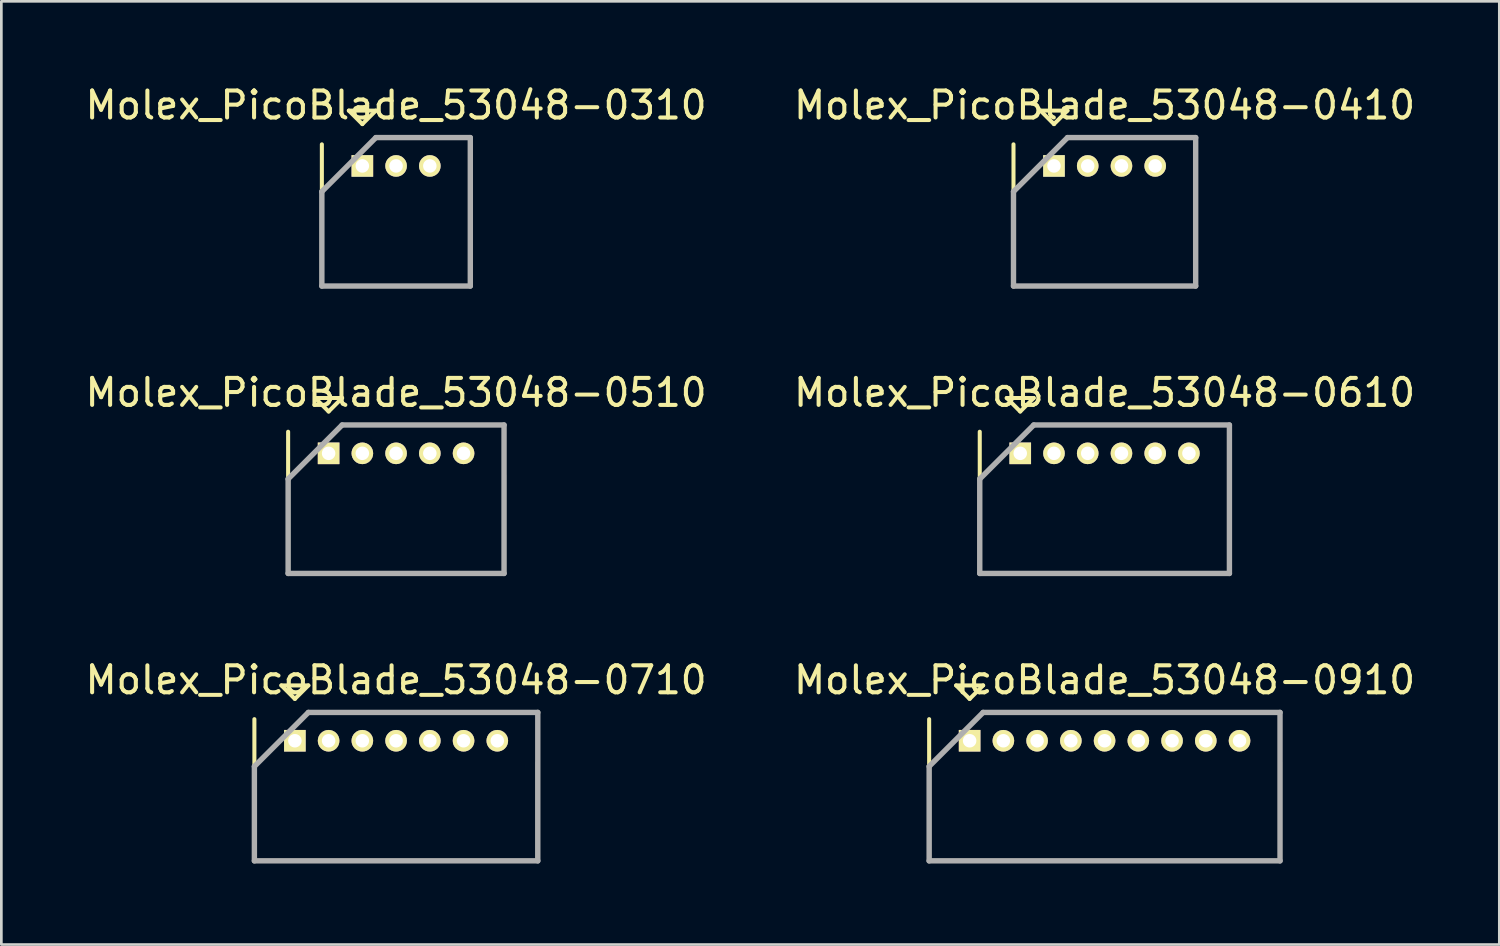
<source format=kicad_pcb>
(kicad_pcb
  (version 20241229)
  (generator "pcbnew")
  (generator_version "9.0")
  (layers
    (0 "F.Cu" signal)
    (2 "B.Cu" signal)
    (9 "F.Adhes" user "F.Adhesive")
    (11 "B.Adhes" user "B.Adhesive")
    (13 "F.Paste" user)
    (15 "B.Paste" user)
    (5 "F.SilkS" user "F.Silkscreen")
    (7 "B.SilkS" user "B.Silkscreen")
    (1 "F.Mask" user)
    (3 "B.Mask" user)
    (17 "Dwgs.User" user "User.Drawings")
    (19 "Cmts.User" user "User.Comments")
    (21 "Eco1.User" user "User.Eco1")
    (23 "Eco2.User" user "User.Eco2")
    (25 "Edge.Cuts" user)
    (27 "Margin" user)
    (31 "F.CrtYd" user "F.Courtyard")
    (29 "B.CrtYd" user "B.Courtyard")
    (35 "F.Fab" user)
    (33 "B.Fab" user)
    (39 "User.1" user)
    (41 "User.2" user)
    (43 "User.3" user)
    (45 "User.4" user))
  (footprint "Molex_PicoBlade_53048-0910"
    (layer "F.Cu")
    (at 32.875 24.395)
    (property "Reference" "Molex_PicoBlade_53048-0910" (at 5 -2.25 0) (layer "F.SilkS") (effects (font (size 1 1) (thickness 0.15))))
    (attr through_hole)
    (fp_line (start -1.5 -0.8) (end -1.5 4.45) (stroke (width 0.15) (type solid)) (layer "F.SilkS"))
    (fp_line (start -1.5 4.45) (end 11.5 4.45) (stroke (width 0.15) (type solid)) (layer "F.SilkS"))
    (fp_line (start -0.5 -2.05) (end 0.5 -2.05) (stroke (width 0.15) (type solid)) (layer "F.SilkS"))
    (fp_line (start 0 -1.55) (end -0.5 -2.05) (stroke (width 0.15) (type solid)) (layer "F.SilkS"))
    (fp_line (start 0.5 -2.05) (end 0 -1.55) (stroke (width 0.15) (type solid)) (layer "F.SilkS"))
    (fp_line (start 11.5 4.45) (end 11.5 0.8) (stroke (width 0.15) (type solid)) (layer "F.SilkS"))
    (fp_line (start -1.5 0.95) (end -1.5 4.45) (stroke (width 0.2) (type solid)) (layer "F.Fab"))
    (fp_line (start -1.5 4.45) (end 11.5 4.45) (stroke (width 0.2) (type solid)) (layer "F.Fab"))
    (fp_line (start 0.5 -1.05) (end -1.5 0.95) (stroke (width 0.2) (type solid)) (layer "F.Fab"))
    (fp_line (start 11.5 -1.05) (end 0.5 -1.05) (stroke (width 0.2) (type solid)) (layer "F.Fab"))
    (fp_line (start 11.5 4.45) (end 11.5 -1.05) (stroke (width 0.2) (type solid)) (layer "F.Fab"))
    (pad "1" thru_hole rect (at 0 0) (size 0.8 0.8) (drill 0.5) (layers "*.Cu" "*.Mask" "F.SilkS"))
    (pad "2" thru_hole oval (at 1.25 0) (size 0.8 0.8) (drill 0.5) (layers "*.Cu" "*.Mask" "F.SilkS"))
    (pad "3" thru_hole oval (at 2.5 0) (size 0.8 0.8) (drill 0.5) (layers "*.Cu" "*.Mask" "F.SilkS"))
    (pad "4" thru_hole oval (at 3.75 0) (size 0.8 0.8) (drill 0.5) (layers "*.Cu" "*.Mask" "F.SilkS"))
    (pad "5" thru_hole oval (at 5 0) (size 0.8 0.8) (drill 0.5) (layers "*.Cu" "*.Mask" "F.SilkS"))
    (pad "6" thru_hole oval (at 6.25 0) (size 0.8 0.8) (drill 0.5) (layers "*.Cu" "*.Mask" "F.SilkS"))
    (pad "7" thru_hole oval (at 7.5 0) (size 0.8 0.8) (drill 0.5) (layers "*.Cu" "*.Mask" "F.SilkS"))
    (pad "8" thru_hole oval (at 8.75 0) (size 0.8 0.8) (drill 0.5) (layers "*.Cu" "*.Mask" "F.SilkS"))
    (pad "9" thru_hole oval (at 10 0) (size 0.8 0.8) (drill 0.5) (layers "*.Cu" "*.Mask" "F.SilkS")))
  (footprint "Molex_PicoBlade_53048-0510"
    (layer "F.Cu")
    (at 9.125 13.746)
    (property "Reference" "Molex_PicoBlade_53048-0510" (at 2.5 -2.25 0) (layer "F.SilkS") (effects (font (size 1 1) (thickness 0.15))))
    (attr through_hole)
    (fp_line (start -1.5 -0.8) (end -1.5 4.45) (stroke (width 0.15) (type solid)) (layer "F.SilkS"))
    (fp_line (start -1.5 4.45) (end 6.5 4.45) (stroke (width 0.15) (type solid)) (layer "F.SilkS"))
    (fp_line (start -0.5 -2.05) (end 0.5 -2.05) (stroke (width 0.15) (type solid)) (layer "F.SilkS"))
    (fp_line (start 0 -1.55) (end -0.5 -2.05) (stroke (width 0.15) (type solid)) (layer "F.SilkS"))
    (fp_line (start 0.5 -2.05) (end 0 -1.55) (stroke (width 0.15) (type solid)) (layer "F.SilkS"))
    (fp_line (start 6.5 4.45) (end 6.5 0.8) (stroke (width 0.15) (type solid)) (layer "F.SilkS"))
    (fp_line (start -1.5 0.95) (end -1.5 4.45) (stroke (width 0.2) (type solid)) (layer "F.Fab"))
    (fp_line (start -1.5 4.45) (end 6.5 4.45) (stroke (width 0.2) (type solid)) (layer "F.Fab"))
    (fp_line (start 0.5 -1.05) (end -1.5 0.95) (stroke (width 0.2) (type solid)) (layer "F.Fab"))
    (fp_line (start 6.5 -1.05) (end 0.5 -1.05) (stroke (width 0.2) (type solid)) (layer "F.Fab"))
    (fp_line (start 6.5 4.45) (end 6.5 -1.05) (stroke (width 0.2) (type solid)) (layer "F.Fab"))
    (pad "1" thru_hole rect (at 0 0) (size 0.8 0.8) (drill 0.5) (layers "*.Cu" "*.Mask" "F.SilkS"))
    (pad "2" thru_hole oval (at 1.25 0) (size 0.8 0.8) (drill 0.5) (layers "*.Cu" "*.Mask" "F.SilkS"))
    (pad "3" thru_hole oval (at 2.5 0) (size 0.8 0.8) (drill 0.5) (layers "*.Cu" "*.Mask" "F.SilkS"))
    (pad "4" thru_hole oval (at 3.75 0) (size 0.8 0.8) (drill 0.5) (layers "*.Cu" "*.Mask" "F.SilkS"))
    (pad "5" thru_hole oval (at 5 0) (size 0.8 0.8) (drill 0.5) (layers "*.Cu" "*.Mask" "F.SilkS")))
  (footprint "Molex_PicoBlade_53048-0310"
    (layer "F.Cu")
    (at 10.375 3.098)
    (property "Reference" "Molex_PicoBlade_53048-0310" (at 1.25 -2.25 0) (layer "F.SilkS") (effects (font (size 1 1) (thickness 0.15))))
    (attr through_hole)
    (fp_line (start -1.5 -0.8) (end -1.5 4.45) (stroke (width 0.15) (type solid)) (layer "F.SilkS"))
    (fp_line (start -1.5 4.45) (end 4 4.45) (stroke (width 0.15) (type solid)) (layer "F.SilkS"))
    (fp_line (start -0.5 -2.05) (end 0.5 -2.05) (stroke (width 0.15) (type solid)) (layer "F.SilkS"))
    (fp_line (start 0 -1.55) (end -0.5 -2.05) (stroke (width 0.15) (type solid)) (layer "F.SilkS"))
    (fp_line (start 0.5 -2.05) (end 0 -1.55) (stroke (width 0.15) (type solid)) (layer "F.SilkS"))
    (fp_line (start 4 4.45) (end 4 0.8) (stroke (width 0.15) (type solid)) (layer "F.SilkS"))
    (fp_line (start -1.5 0.95) (end -1.5 4.45) (stroke (width 0.2) (type solid)) (layer "F.Fab"))
    (fp_line (start -1.5 4.45) (end 4 4.45) (stroke (width 0.2) (type solid)) (layer "F.Fab"))
    (fp_line (start 0.5 -1.05) (end -1.5 0.95) (stroke (width 0.2) (type solid)) (layer "F.Fab"))
    (fp_line (start 4 -1.05) (end 0.5 -1.05) (stroke (width 0.2) (type solid)) (layer "F.Fab"))
    (fp_line (start 4 4.45) (end 4 -1.05) (stroke (width 0.2) (type solid)) (layer "F.Fab"))
    (pad "1" thru_hole rect (at 0 0) (size 0.8 0.8) (drill 0.5) (layers "*.Cu" "*.Mask" "F.SilkS"))
    (pad "2" thru_hole oval (at 1.25 0) (size 0.8 0.8) (drill 0.5) (layers "*.Cu" "*.Mask" "F.SilkS"))
    (pad "3" thru_hole oval (at 2.5 0) (size 0.8 0.8) (drill 0.5) (layers "*.Cu" "*.Mask" "F.SilkS")))
  (footprint "Molex_PicoBlade_53048-0610"
    (layer "F.Cu")
    (at 34.75 13.746)
    (property "Reference" "Molex_PicoBlade_53048-0610" (at 3.125 -2.25 0) (layer "F.SilkS") (effects (font (size 1 1) (thickness 0.15))))
    (attr through_hole)
    (fp_line (start -1.5 -0.8) (end -1.5 4.45) (stroke (width 0.15) (type solid)) (layer "F.SilkS"))
    (fp_line (start -1.5 4.45) (end 7.75 4.45) (stroke (width 0.15) (type solid)) (layer "F.SilkS"))
    (fp_line (start -0.5 -2.05) (end 0.5 -2.05) (stroke (width 0.15) (type solid)) (layer "F.SilkS"))
    (fp_line (start 0 -1.55) (end -0.5 -2.05) (stroke (width 0.15) (type solid)) (layer "F.SilkS"))
    (fp_line (start 0.5 -2.05) (end 0 -1.55) (stroke (width 0.15) (type solid)) (layer "F.SilkS"))
    (fp_line (start 7.75 4.45) (end 7.75 0.8) (stroke (width 0.15) (type solid)) (layer "F.SilkS"))
    (fp_line (start -1.5 0.95) (end -1.5 4.45) (stroke (width 0.2) (type solid)) (layer "F.Fab"))
    (fp_line (start -1.5 4.45) (end 7.75 4.45) (stroke (width 0.2) (type solid)) (layer "F.Fab"))
    (fp_line (start 0.5 -1.05) (end -1.5 0.95) (stroke (width 0.2) (type solid)) (layer "F.Fab"))
    (fp_line (start 7.75 -1.05) (end 0.5 -1.05) (stroke (width 0.2) (type solid)) (layer "F.Fab"))
    (fp_line (start 7.75 4.45) (end 7.75 -1.05) (stroke (width 0.2) (type solid)) (layer "F.Fab"))
    (pad "1" thru_hole rect (at 0 0) (size 0.8 0.8) (drill 0.5) (layers "*.Cu" "*.Mask" "F.SilkS"))
    (pad "2" thru_hole oval (at 1.25 0) (size 0.8 0.8) (drill 0.5) (layers "*.Cu" "*.Mask" "F.SilkS"))
    (pad "3" thru_hole oval (at 2.5 0) (size 0.8 0.8) (drill 0.5) (layers "*.Cu" "*.Mask" "F.SilkS"))
    (pad "4" thru_hole oval (at 3.75 0) (size 0.8 0.8) (drill 0.5) (layers "*.Cu" "*.Mask" "F.SilkS"))
    (pad "5" thru_hole oval (at 5 0) (size 0.8 0.8) (drill 0.5) (layers "*.Cu" "*.Mask" "F.SilkS"))
    (pad "6" thru_hole oval (at 6.25 0) (size 0.8 0.8) (drill 0.5) (layers "*.Cu" "*.Mask" "F.SilkS")))
  (footprint "Molex_PicoBlade_53048-0710"
    (layer "F.Cu")
    (at 7.875 24.395)
    (property "Reference" "Molex_PicoBlade_53048-0710" (at 3.75 -2.25 0) (layer "F.SilkS") (effects (font (size 1 1) (thickness 0.15))))
    (attr through_hole)
    (fp_line (start -1.5 -0.8) (end -1.5 4.45) (stroke (width 0.15) (type solid)) (layer "F.SilkS"))
    (fp_line (start -1.5 4.45) (end 9 4.45) (stroke (width 0.15) (type solid)) (layer "F.SilkS"))
    (fp_line (start -0.5 -2.05) (end 0.5 -2.05) (stroke (width 0.15) (type solid)) (layer "F.SilkS"))
    (fp_line (start 0 -1.55) (end -0.5 -2.05) (stroke (width 0.15) (type solid)) (layer "F.SilkS"))
    (fp_line (start 0.5 -2.05) (end 0 -1.55) (stroke (width 0.15) (type solid)) (layer "F.SilkS"))
    (fp_line (start 9 4.45) (end 9 0.8) (stroke (width 0.15) (type solid)) (layer "F.SilkS"))
    (fp_line (start -1.5 0.95) (end -1.5 4.45) (stroke (width 0.2) (type solid)) (layer "F.Fab"))
    (fp_line (start -1.5 4.45) (end 9 4.45) (stroke (width 0.2) (type solid)) (layer "F.Fab"))
    (fp_line (start 0.5 -1.05) (end -1.5 0.95) (stroke (width 0.2) (type solid)) (layer "F.Fab"))
    (fp_line (start 9 -1.05) (end 0.5 -1.05) (stroke (width 0.2) (type solid)) (layer "F.Fab"))
    (fp_line (start 9 4.45) (end 9 -1.05) (stroke (width 0.2) (type solid)) (layer "F.Fab"))
    (pad "1" thru_hole rect (at 0 0) (size 0.8 0.8) (drill 0.5) (layers "*.Cu" "*.Mask" "F.SilkS"))
    (pad "2" thru_hole oval (at 1.25 0) (size 0.8 0.8) (drill 0.5) (layers "*.Cu" "*.Mask" "F.SilkS"))
    (pad "3" thru_hole oval (at 2.5 0) (size 0.8 0.8) (drill 0.5) (layers "*.Cu" "*.Mask" "F.SilkS"))
    (pad "4" thru_hole oval (at 3.75 0) (size 0.8 0.8) (drill 0.5) (layers "*.Cu" "*.Mask" "F.SilkS"))
    (pad "5" thru_hole oval (at 5 0) (size 0.8 0.8) (drill 0.5) (layers "*.Cu" "*.Mask" "F.SilkS"))
    (pad "6" thru_hole oval (at 6.25 0) (size 0.8 0.8) (drill 0.5) (layers "*.Cu" "*.Mask" "F.SilkS"))
    (pad "7" thru_hole oval (at 7.5 0) (size 0.8 0.8) (drill 0.5) (layers "*.Cu" "*.Mask" "F.SilkS")))
  (footprint "Molex_PicoBlade_53048-0410"
    (layer "F.Cu")
    (at 36 3.098)
    (property "Reference" "Molex_PicoBlade_53048-0410" (at 1.875 -2.25 0) (layer "F.SilkS") (effects (font (size 1 1) (thickness 0.15))))
    (attr through_hole)
    (fp_line (start -1.5 -0.8) (end -1.5 4.45) (stroke (width 0.15) (type solid)) (layer "F.SilkS"))
    (fp_line (start -1.5 4.45) (end 5.25 4.45) (stroke (width 0.15) (type solid)) (layer "F.SilkS"))
    (fp_line (start -0.5 -2.05) (end 0.5 -2.05) (stroke (width 0.15) (type solid)) (layer "F.SilkS"))
    (fp_line (start 0 -1.55) (end -0.5 -2.05) (stroke (width 0.15) (type solid)) (layer "F.SilkS"))
    (fp_line (start 0.5 -2.05) (end 0 -1.55) (stroke (width 0.15) (type solid)) (layer "F.SilkS"))
    (fp_line (start 5.25 4.45) (end 5.25 0.8) (stroke (width 0.15) (type solid)) (layer "F.SilkS"))
    (fp_line (start -1.5 0.95) (end -1.5 4.45) (stroke (width 0.2) (type solid)) (layer "F.Fab"))
    (fp_line (start -1.5 4.45) (end 5.25 4.45) (stroke (width 0.2) (type solid)) (layer "F.Fab"))
    (fp_line (start 0.5 -1.05) (end -1.5 0.95) (stroke (width 0.2) (type solid)) (layer "F.Fab"))
    (fp_line (start 5.25 -1.05) (end 0.5 -1.05) (stroke (width 0.2) (type solid)) (layer "F.Fab"))
    (fp_line (start 5.25 4.45) (end 5.25 -1.05) (stroke (width 0.2) (type solid)) (layer "F.Fab"))
    (pad "1" thru_hole rect (at 0 0) (size 0.8 0.8) (drill 0.5) (layers "*.Cu" "*.Mask" "F.SilkS"))
    (pad "2" thru_hole oval (at 1.25 0) (size 0.8 0.8) (drill 0.5) (layers "*.Cu" "*.Mask" "F.SilkS"))
    (pad "3" thru_hole oval (at 2.5 0) (size 0.8 0.8) (drill 0.5) (layers "*.Cu" "*.Mask" "F.SilkS"))
    (pad "4" thru_hole oval (at 3.75 0) (size 0.8 0.8) (drill 0.5) (layers "*.Cu" "*.Mask" "F.SilkS")))
  (gr_rect
    (start -3 -3)
    (end 52.5 31.945)
    (stroke (width 0.1) (type default))
    (fill no)
    (layer "Edge.Cuts")))
</source>
